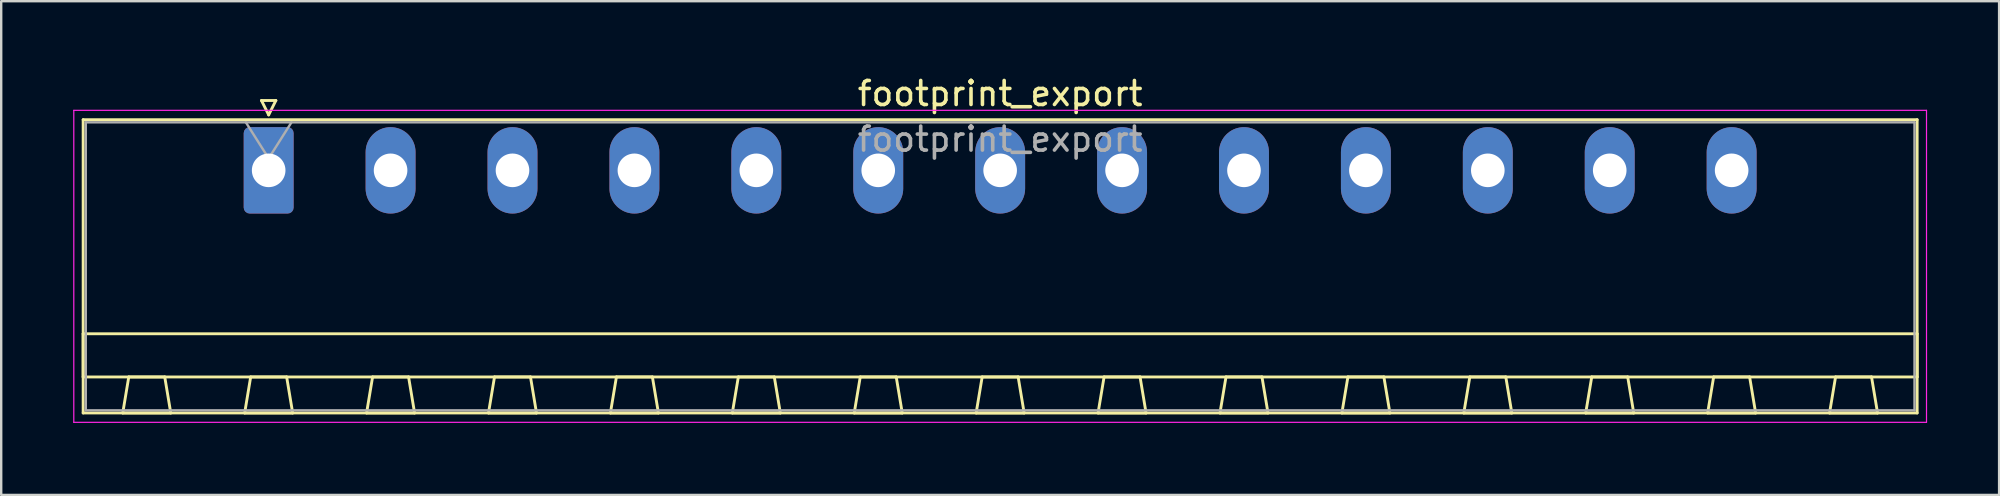
<source format=kicad_pcb>
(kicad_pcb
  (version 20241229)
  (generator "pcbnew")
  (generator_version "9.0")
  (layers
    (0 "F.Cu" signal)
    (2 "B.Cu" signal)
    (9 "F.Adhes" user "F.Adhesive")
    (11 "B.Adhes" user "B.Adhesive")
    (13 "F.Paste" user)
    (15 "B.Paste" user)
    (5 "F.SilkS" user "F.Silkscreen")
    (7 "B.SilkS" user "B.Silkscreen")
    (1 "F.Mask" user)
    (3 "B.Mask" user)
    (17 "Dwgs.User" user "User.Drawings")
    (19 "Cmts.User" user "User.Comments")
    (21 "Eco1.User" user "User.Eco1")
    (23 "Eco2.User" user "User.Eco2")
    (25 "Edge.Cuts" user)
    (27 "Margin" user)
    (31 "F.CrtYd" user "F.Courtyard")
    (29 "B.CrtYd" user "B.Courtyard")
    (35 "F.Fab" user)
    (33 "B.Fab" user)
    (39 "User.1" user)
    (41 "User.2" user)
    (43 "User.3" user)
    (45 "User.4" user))
  (footprint "footprint_export"
    (layer "F.Cu")
    (at 8.145 4.048)
    (property "Reference" "footprint_export" (at 30.48 -3.2 0) (layer "F.SilkS") (effects (font (size 1 1) (thickness 0.15))))
    (attr through_hole)
    (fp_line (start -7.73 -2.11) (end -7.73 10.11) (stroke (width 0.12) (type solid)) (layer "F.SilkS"))
    (fp_line (start -7.73 6.81) (end 68.69 6.81) (stroke (width 0.12) (type solid)) (layer "F.SilkS"))
    (fp_line (start -7.73 8.61) (end -7.73 6.81) (stroke (width 0.12) (type solid)) (layer "F.SilkS"))
    (fp_line (start -7.73 10.11) (end 68.69 10.11) (stroke (width 0.12) (type solid)) (layer "F.SilkS"))
    (fp_line (start -6.08 10.11) (end -4.08 10.11) (stroke (width 0.12) (type solid)) (layer "F.SilkS"))
    (fp_line (start -5.83 8.61) (end -6.08 10.11) (stroke (width 0.12) (type solid)) (layer "F.SilkS"))
    (fp_line (start -4.33 8.61) (end -5.83 8.61) (stroke (width 0.12) (type solid)) (layer "F.SilkS"))
    (fp_line (start -4.08 10.11) (end -4.33 8.61) (stroke (width 0.12) (type solid)) (layer "F.SilkS"))
    (fp_line (start -1 10.11) (end 1 10.11) (stroke (width 0.12) (type solid)) (layer "F.SilkS"))
    (fp_line (start -0.75 8.61) (end -1 10.11) (stroke (width 0.12) (type solid)) (layer "F.SilkS"))
    (fp_line (start -0.3 -2.91) (end 0.3 -2.91) (stroke (width 0.12) (type solid)) (layer "F.SilkS"))
    (fp_line (start 0 -2.31) (end -0.3 -2.91) (stroke (width 0.12) (type solid)) (layer "F.SilkS"))
    (fp_line (start 0.3 -2.91) (end 0 -2.31) (stroke (width 0.12) (type solid)) (layer "F.SilkS"))
    (fp_line (start 0.75 8.61) (end -0.75 8.61) (stroke (width 0.12) (type solid)) (layer "F.SilkS"))
    (fp_line (start 1 10.11) (end 0.75 8.61) (stroke (width 0.12) (type solid)) (layer "F.SilkS"))
    (fp_line (start 4.08 10.11) (end 6.08 10.11) (stroke (width 0.12) (type solid)) (layer "F.SilkS"))
    (fp_line (start 4.33 8.61) (end 4.08 10.11) (stroke (width 0.12) (type solid)) (layer "F.SilkS"))
    (fp_line (start 5.83 8.61) (end 4.33 8.61) (stroke (width 0.12) (type solid)) (layer "F.SilkS"))
    (fp_line (start 6.08 10.11) (end 5.83 8.61) (stroke (width 0.12) (type solid)) (layer "F.SilkS"))
    (fp_line (start 9.16 10.11) (end 11.16 10.11) (stroke (width 0.12) (type solid)) (layer "F.SilkS"))
    (fp_line (start 9.41 8.61) (end 9.16 10.11) (stroke (width 0.12) (type solid)) (layer "F.SilkS"))
    (fp_line (start 10.91 8.61) (end 9.41 8.61) (stroke (width 0.12) (type solid)) (layer "F.SilkS"))
    (fp_line (start 11.16 10.11) (end 10.91 8.61) (stroke (width 0.12) (type solid)) (layer "F.SilkS"))
    (fp_line (start 14.24 10.11) (end 16.24 10.11) (stroke (width 0.12) (type solid)) (layer "F.SilkS"))
    (fp_line (start 14.49 8.61) (end 14.24 10.11) (stroke (width 0.12) (type solid)) (layer "F.SilkS"))
    (fp_line (start 15.99 8.61) (end 14.49 8.61) (stroke (width 0.12) (type solid)) (layer "F.SilkS"))
    (fp_line (start 16.24 10.11) (end 15.99 8.61) (stroke (width 0.12) (type solid)) (layer "F.SilkS"))
    (fp_line (start 19.32 10.11) (end 21.32 10.11) (stroke (width 0.12) (type solid)) (layer "F.SilkS"))
    (fp_line (start 19.57 8.61) (end 19.32 10.11) (stroke (width 0.12) (type solid)) (layer "F.SilkS"))
    (fp_line (start 21.07 8.61) (end 19.57 8.61) (stroke (width 0.12) (type solid)) (layer "F.SilkS"))
    (fp_line (start 21.32 10.11) (end 21.07 8.61) (stroke (width 0.12) (type solid)) (layer "F.SilkS"))
    (fp_line (start 24.4 10.11) (end 26.4 10.11) (stroke (width 0.12) (type solid)) (layer "F.SilkS"))
    (fp_line (start 24.65 8.61) (end 24.4 10.11) (stroke (width 0.12) (type solid)) (layer "F.SilkS"))
    (fp_line (start 26.15 8.61) (end 24.65 8.61) (stroke (width 0.12) (type solid)) (layer "F.SilkS"))
    (fp_line (start 26.4 10.11) (end 26.15 8.61) (stroke (width 0.12) (type solid)) (layer "F.SilkS"))
    (fp_line (start 29.48 10.11) (end 31.48 10.11) (stroke (width 0.12) (type solid)) (layer "F.SilkS"))
    (fp_line (start 29.73 8.61) (end 29.48 10.11) (stroke (width 0.12) (type solid)) (layer "F.SilkS"))
    (fp_line (start 31.23 8.61) (end 29.73 8.61) (stroke (width 0.12) (type solid)) (layer "F.SilkS"))
    (fp_line (start 31.48 10.11) (end 31.23 8.61) (stroke (width 0.12) (type solid)) (layer "F.SilkS"))
    (fp_line (start 34.56 10.11) (end 36.56 10.11) (stroke (width 0.12) (type solid)) (layer "F.SilkS"))
    (fp_line (start 34.81 8.61) (end 34.56 10.11) (stroke (width 0.12) (type solid)) (layer "F.SilkS"))
    (fp_line (start 36.31 8.61) (end 34.81 8.61) (stroke (width 0.12) (type solid)) (layer "F.SilkS"))
    (fp_line (start 36.56 10.11) (end 36.31 8.61) (stroke (width 0.12) (type solid)) (layer "F.SilkS"))
    (fp_line (start 39.64 10.11) (end 41.64 10.11) (stroke (width 0.12) (type solid)) (layer "F.SilkS"))
    (fp_line (start 39.89 8.61) (end 39.64 10.11) (stroke (width 0.12) (type solid)) (layer "F.SilkS"))
    (fp_line (start 41.39 8.61) (end 39.89 8.61) (stroke (width 0.12) (type solid)) (layer "F.SilkS"))
    (fp_line (start 41.64 10.11) (end 41.39 8.61) (stroke (width 0.12) (type solid)) (layer "F.SilkS"))
    (fp_line (start 44.72 10.11) (end 46.72 10.11) (stroke (width 0.12) (type solid)) (layer "F.SilkS"))
    (fp_line (start 44.97 8.61) (end 44.72 10.11) (stroke (width 0.12) (type solid)) (layer "F.SilkS"))
    (fp_line (start 46.47 8.61) (end 44.97 8.61) (stroke (width 0.12) (type solid)) (layer "F.SilkS"))
    (fp_line (start 46.72 10.11) (end 46.47 8.61) (stroke (width 0.12) (type solid)) (layer "F.SilkS"))
    (fp_line (start 49.8 10.11) (end 51.8 10.11) (stroke (width 0.12) (type solid)) (layer "F.SilkS"))
    (fp_line (start 50.05 8.61) (end 49.8 10.11) (stroke (width 0.12) (type solid)) (layer "F.SilkS"))
    (fp_line (start 51.55 8.61) (end 50.05 8.61) (stroke (width 0.12) (type solid)) (layer "F.SilkS"))
    (fp_line (start 51.8 10.11) (end 51.55 8.61) (stroke (width 0.12) (type solid)) (layer "F.SilkS"))
    (fp_line (start 54.88 10.11) (end 56.88 10.11) (stroke (width 0.12) (type solid)) (layer "F.SilkS"))
    (fp_line (start 55.13 8.61) (end 54.88 10.11) (stroke (width 0.12) (type solid)) (layer "F.SilkS"))
    (fp_line (start 56.63 8.61) (end 55.13 8.61) (stroke (width 0.12) (type solid)) (layer "F.SilkS"))
    (fp_line (start 56.88 10.11) (end 56.63 8.61) (stroke (width 0.12) (type solid)) (layer "F.SilkS"))
    (fp_line (start 59.96 10.11) (end 61.96 10.11) (stroke (width 0.12) (type solid)) (layer "F.SilkS"))
    (fp_line (start 60.21 8.61) (end 59.96 10.11) (stroke (width 0.12) (type solid)) (layer "F.SilkS"))
    (fp_line (start 61.71 8.61) (end 60.21 8.61) (stroke (width 0.12) (type solid)) (layer "F.SilkS"))
    (fp_line (start 61.96 10.11) (end 61.71 8.61) (stroke (width 0.12) (type solid)) (layer "F.SilkS"))
    (fp_line (start 65.04 10.11) (end 67.04 10.11) (stroke (width 0.12) (type solid)) (layer "F.SilkS"))
    (fp_line (start 65.29 8.61) (end 65.04 10.11) (stroke (width 0.12) (type solid)) (layer "F.SilkS"))
    (fp_line (start 66.79 8.61) (end 65.29 8.61) (stroke (width 0.12) (type solid)) (layer "F.SilkS"))
    (fp_line (start 67.04 10.11) (end 66.79 8.61) (stroke (width 0.12) (type solid)) (layer "F.SilkS"))
    (fp_line (start 68.69 -2.11) (end -7.73 -2.11) (stroke (width 0.12) (type solid)) (layer "F.SilkS"))
    (fp_line (start 68.69 6.81) (end 68.69 8.61) (stroke (width 0.12) (type solid)) (layer "F.SilkS"))
    (fp_line (start 68.69 8.61) (end -7.73 8.61) (stroke (width 0.12) (type solid)) (layer "F.SilkS"))
    (fp_line (start 68.69 10.11) (end 68.69 -2.11) (stroke (width 0.12) (type solid)) (layer "F.SilkS"))
    (fp_line (start -8.12 -2.5) (end -8.12 10.5) (stroke (width 0.05) (type solid)) (layer "F.CrtYd"))
    (fp_line (start -8.12 10.5) (end 69.08 10.5) (stroke (width 0.05) (type solid)) (layer "F.CrtYd"))
    (fp_line (start 69.08 -2.5) (end -8.12 -2.5) (stroke (width 0.05) (type solid)) (layer "F.CrtYd"))
    (fp_line (start 69.08 10.5) (end 69.08 -2.5) (stroke (width 0.05) (type solid)) (layer "F.CrtYd"))
    (fp_line (start -7.62 -2) (end -7.62 10) (stroke (width 0.1) (type solid)) (layer "F.Fab"))
    (fp_line (start -7.62 10) (end 68.58 10) (stroke (width 0.1) (type solid)) (layer "F.Fab"))
    (fp_line (start 0 -0.5) (end -0.95 -2) (stroke (width 0.1) (type solid)) (layer "F.Fab"))
    (fp_line (start 0.95 -2) (end 0 -0.5) (stroke (width 0.1) (type solid)) (layer "F.Fab"))
    (fp_line (start 68.58 -2) (end -7.62 -2) (stroke (width 0.1) (type solid)) (layer "F.Fab"))
    (fp_line (start 68.58 10) (end 68.58 -2) (stroke (width 0.1) (type solid)) (layer "F.Fab"))
    (fp_text user "${REFERENCE}" (at 30.48 -1.3 0) (layer "F.Fab") (effects (font (size 1 1) (thickness 0.15))))
    (pad "1" thru_hole roundrect (at 0 0) (size 2.08 3.6) (drill 1.4) (layers "*.Cu" "*.Mask") (roundrect_rratio 0.12))
    (pad "2" thru_hole oval (at 5.08 0) (size 2.08 3.6) (drill 1.4) (layers "*.Cu" "*.Mask"))
    (pad "3" thru_hole oval (at 10.16 0) (size 2.08 3.6) (drill 1.4) (layers "*.Cu" "*.Mask"))
    (pad "4" thru_hole oval (at 15.24 0) (size 2.08 3.6) (drill 1.4) (layers "*.Cu" "*.Mask"))
    (pad "5" thru_hole oval (at 20.32 0) (size 2.08 3.6) (drill 1.4) (layers "*.Cu" "*.Mask"))
    (pad "6" thru_hole oval (at 25.4 0) (size 2.08 3.6) (drill 1.4) (layers "*.Cu" "*.Mask"))
    (pad "7" thru_hole oval (at 30.48 0) (size 2.08 3.6) (drill 1.4) (layers "*.Cu" "*.Mask"))
    (pad "8" thru_hole oval (at 35.56 0) (size 2.08 3.6) (drill 1.4) (layers "*.Cu" "*.Mask"))
    (pad "9" thru_hole oval (at 40.64 0) (size 2.08 3.6) (drill 1.4) (layers "*.Cu" "*.Mask"))
    (pad "10" thru_hole oval (at 45.72 0) (size 2.08 3.6) (drill 1.4) (layers "*.Cu" "*.Mask"))
    (pad "11" thru_hole oval (at 50.8 0) (size 2.08 3.6) (drill 1.4) (layers "*.Cu" "*.Mask"))
    (pad "12" thru_hole oval (at 55.88 0) (size 2.08 3.6) (drill 1.4) (layers "*.Cu" "*.Mask"))
    (pad "13" thru_hole oval (at 60.96 0) (size 2.08 3.6) (drill 1.4) (layers "*.Cu" "*.Mask")))
  (gr_rect
    (start -3 -3)
    (end 80.25 17.573)
    (stroke (width 0.1) (type default))
    (fill no)
    (layer "Edge.Cuts")))
</source>
